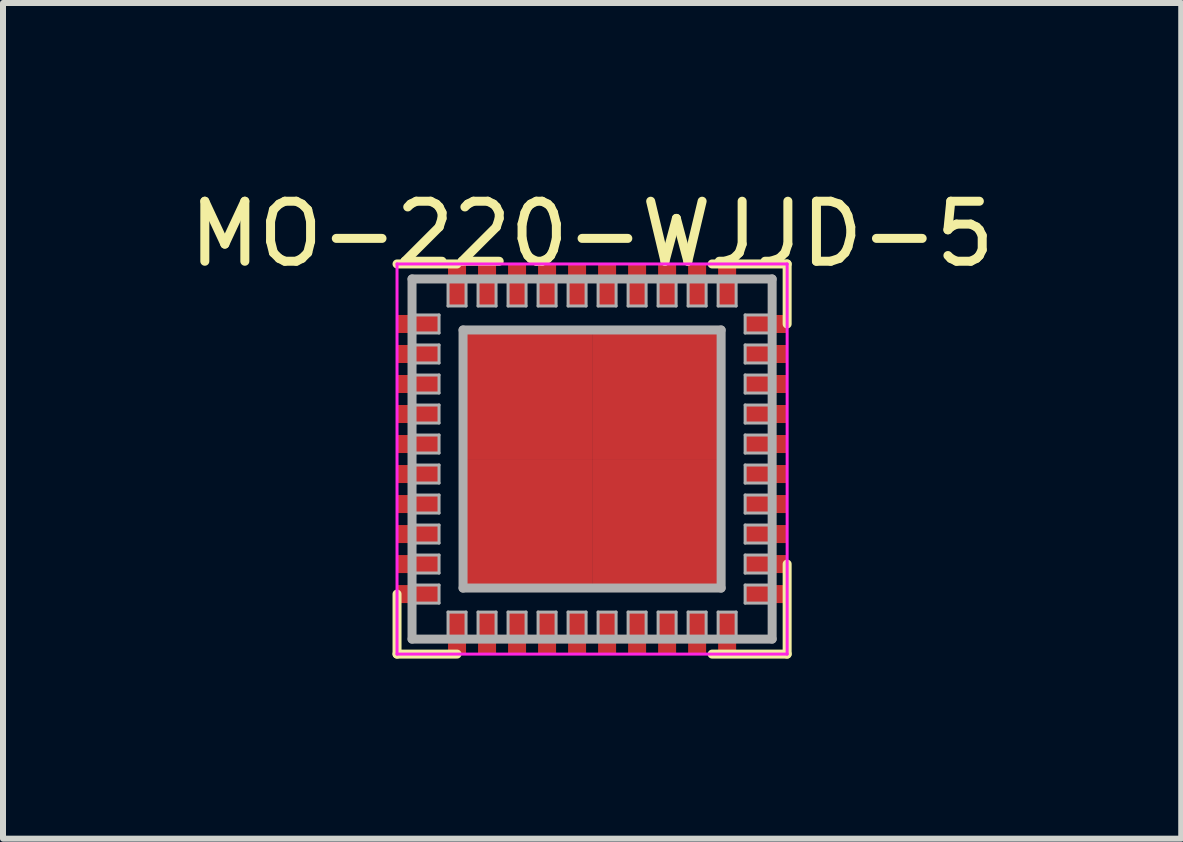
<source format=kicad_pcb>
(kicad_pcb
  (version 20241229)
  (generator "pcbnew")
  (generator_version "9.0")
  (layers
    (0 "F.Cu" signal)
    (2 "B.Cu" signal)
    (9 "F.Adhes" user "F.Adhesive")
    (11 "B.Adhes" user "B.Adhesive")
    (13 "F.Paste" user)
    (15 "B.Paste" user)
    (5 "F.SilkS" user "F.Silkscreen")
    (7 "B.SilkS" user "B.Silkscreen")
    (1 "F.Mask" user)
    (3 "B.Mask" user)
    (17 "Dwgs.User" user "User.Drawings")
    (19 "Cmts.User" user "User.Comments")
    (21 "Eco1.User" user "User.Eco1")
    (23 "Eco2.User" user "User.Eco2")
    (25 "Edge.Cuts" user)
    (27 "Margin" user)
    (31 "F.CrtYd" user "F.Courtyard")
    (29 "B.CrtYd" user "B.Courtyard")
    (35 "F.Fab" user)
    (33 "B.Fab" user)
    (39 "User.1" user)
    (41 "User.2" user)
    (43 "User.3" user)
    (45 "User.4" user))
  (footprint "MO-220-WJJD-5"
    (layer "F.Cu")
    (at 6.815 4.598)
    (property "Reference" "MO-220-WJJD-5" (at 0 -3.75 0) (layer "F.SilkS") (effects (font (size 1 1) (thickness 0.15))))
    (attr smd)
    (fp_line (start -3.25 -3.25) (end -2.25 -3.25) (stroke (width 0.15) (type solid)) (layer "F.SilkS"))
    (fp_line (start -3.25 3.25) (end -3.25 2.25) (stroke (width 0.15) (type solid)) (layer "F.SilkS"))
    (fp_line (start -3.25 3.25) (end -2.25 3.25) (stroke (width 0.15) (type solid)) (layer "F.SilkS"))
    (fp_line (start 3.25 -3.25) (end 2 -3.25) (stroke (width 0.15) (type solid)) (layer "F.SilkS"))
    (fp_line (start 3.25 -3.25) (end 3.25 -2.25) (stroke (width 0.15) (type solid)) (layer "F.SilkS"))
    (fp_line (start 3.25 3.25) (end 2 3.25) (stroke (width 0.15) (type solid)) (layer "F.SilkS"))
    (fp_line (start 3.25 3.25) (end 3.25 1.75) (stroke (width 0.15) (type solid)) (layer "F.SilkS"))
    (fp_line (start -3.25 -3.25) (end -3.25 3.25) (stroke (width 0.05) (type solid)) (layer "F.CrtYd"))
    (fp_line (start -3.25 -3.25) (end 3.25 -3.25) (stroke (width 0.05) (type solid)) (layer "F.CrtYd"))
    (fp_line (start -3.25 3.25) (end 3.25 3.25) (stroke (width 0.05) (type solid)) (layer "F.CrtYd"))
    (fp_line (start 3.25 -3.25) (end 3.25 3.25) (stroke (width 0.05) (type solid)) (layer "F.CrtYd"))
    (fp_line (start -3 -3) (end 3 -3) (stroke (width 0.15) (type solid)) (layer "F.Fab"))
    (fp_line (start -3 -2.4) (end -2.55 -2.4) (stroke (width 0.05) (type solid)) (layer "F.Fab"))
    (fp_line (start -3 -2.1) (end -2.55 -2.1) (stroke (width 0.05) (type solid)) (layer "F.Fab"))
    (fp_line (start -3 -1.9) (end -2.55 -1.9) (stroke (width 0.05) (type solid)) (layer "F.Fab"))
    (fp_line (start -3 -1.6) (end -2.55 -1.6) (stroke (width 0.05) (type solid)) (layer "F.Fab"))
    (fp_line (start -3 -1.4) (end -2.55 -1.4) (stroke (width 0.05) (type solid)) (layer "F.Fab"))
    (fp_line (start -3 -1.1) (end -2.55 -1.1) (stroke (width 0.05) (type solid)) (layer "F.Fab"))
    (fp_line (start -3 -0.9) (end -2.55 -0.9) (stroke (width 0.05) (type solid)) (layer "F.Fab"))
    (fp_line (start -3 -0.6) (end -2.55 -0.6) (stroke (width 0.05) (type solid)) (layer "F.Fab"))
    (fp_line (start -3 -0.4) (end -2.55 -0.4) (stroke (width 0.05) (type solid)) (layer "F.Fab"))
    (fp_line (start -3 -0.1) (end -2.55 -0.1) (stroke (width 0.05) (type solid)) (layer "F.Fab"))
    (fp_line (start -3 0.1) (end -2.55 0.1) (stroke (width 0.05) (type solid)) (layer "F.Fab"))
    (fp_line (start -3 0.4) (end -2.55 0.4) (stroke (width 0.05) (type solid)) (layer "F.Fab"))
    (fp_line (start -3 0.6) (end -2.55 0.6) (stroke (width 0.05) (type solid)) (layer "F.Fab"))
    (fp_line (start -3 0.9) (end -2.55 0.9) (stroke (width 0.05) (type solid)) (layer "F.Fab"))
    (fp_line (start -3 1.1) (end -2.55 1.1) (stroke (width 0.05) (type solid)) (layer "F.Fab"))
    (fp_line (start -3 1.4) (end -2.55 1.4) (stroke (width 0.05) (type solid)) (layer "F.Fab"))
    (fp_line (start -3 1.6) (end -2.55 1.6) (stroke (width 0.05) (type solid)) (layer "F.Fab"))
    (fp_line (start -3 1.9) (end -2.55 1.9) (stroke (width 0.05) (type solid)) (layer "F.Fab"))
    (fp_line (start -3 2.1) (end -2.55 2.1) (stroke (width 0.05) (type solid)) (layer "F.Fab"))
    (fp_line (start -3 2.4) (end -2.55 2.4) (stroke (width 0.05) (type solid)) (layer "F.Fab"))
    (fp_line (start -3 3) (end -3 -3) (stroke (width 0.15) (type solid)) (layer "F.Fab"))
    (fp_line (start -2.55 -2.4) (end -2.55 -2.1) (stroke (width 0.05) (type solid)) (layer "F.Fab"))
    (fp_line (start -2.55 -1.9) (end -2.55 -1.6) (stroke (width 0.05) (type solid)) (layer "F.Fab"))
    (fp_line (start -2.55 -1.4) (end -2.55 -1.1) (stroke (width 0.05) (type solid)) (layer "F.Fab"))
    (fp_line (start -2.55 -0.9) (end -2.55 -0.6) (stroke (width 0.05) (type solid)) (layer "F.Fab"))
    (fp_line (start -2.55 -0.4) (end -2.55 -0.1) (stroke (width 0.05) (type solid)) (layer "F.Fab"))
    (fp_line (start -2.55 0.1) (end -2.55 0.4) (stroke (width 0.05) (type solid)) (layer "F.Fab"))
    (fp_line (start -2.55 0.6) (end -2.55 0.9) (stroke (width 0.05) (type solid)) (layer "F.Fab"))
    (fp_line (start -2.55 1.1) (end -2.55 1.4) (stroke (width 0.05) (type solid)) (layer "F.Fab"))
    (fp_line (start -2.55 1.6) (end -2.55 1.9) (stroke (width 0.05) (type solid)) (layer "F.Fab"))
    (fp_line (start -2.55 2.1) (end -2.55 2.4) (stroke (width 0.05) (type solid)) (layer "F.Fab"))
    (fp_line (start -2.4 -2.55) (end -2.4 -3) (stroke (width 0.05) (type solid)) (layer "F.Fab"))
    (fp_line (start -2.4 -2.55) (end -2.1 -2.55) (stroke (width 0.05) (type solid)) (layer "F.Fab"))
    (fp_line (start -2.4 2.55) (end -2.1 2.55) (stroke (width 0.05) (type solid)) (layer "F.Fab"))
    (fp_line (start -2.4 3) (end -2.4 2.55) (stroke (width 0.05) (type solid)) (layer "F.Fab"))
    (fp_line (start -2.15 -2.15) (end 2.15 -2.15) (stroke (width 0.15) (type solid)) (layer "F.Fab"))
    (fp_line (start -2.15 2.15) (end -2.15 -2.15) (stroke (width 0.15) (type solid)) (layer "F.Fab"))
    (fp_line (start -2.1 -2.55) (end -2.1 -3) (stroke (width 0.05) (type solid)) (layer "F.Fab"))
    (fp_line (start -2.1 3) (end -2.1 2.55) (stroke (width 0.05) (type solid)) (layer "F.Fab"))
    (fp_line (start -1.9 -2.55) (end -1.9 -3) (stroke (width 0.05) (type solid)) (layer "F.Fab"))
    (fp_line (start -1.9 -2.55) (end -1.6 -2.55) (stroke (width 0.05) (type solid)) (layer "F.Fab"))
    (fp_line (start -1.9 2.55) (end -1.6 2.55) (stroke (width 0.05) (type solid)) (layer "F.Fab"))
    (fp_line (start -1.9 3) (end -1.9 2.55) (stroke (width 0.05) (type solid)) (layer "F.Fab"))
    (fp_line (start -1.6 -2.55) (end -1.6 -3) (stroke (width 0.05) (type solid)) (layer "F.Fab"))
    (fp_line (start -1.6 3) (end -1.6 2.55) (stroke (width 0.05) (type solid)) (layer "F.Fab"))
    (fp_line (start -1.4 -2.55) (end -1.4 -3) (stroke (width 0.05) (type solid)) (layer "F.Fab"))
    (fp_line (start -1.4 -2.55) (end -1.1 -2.55) (stroke (width 0.05) (type solid)) (layer "F.Fab"))
    (fp_line (start -1.4 2.55) (end -1.1 2.55) (stroke (width 0.05) (type solid)) (layer "F.Fab"))
    (fp_line (start -1.4 3) (end -1.4 2.55) (stroke (width 0.05) (type solid)) (layer "F.Fab"))
    (fp_line (start -1.1 -2.55) (end -1.1 -3) (stroke (width 0.05) (type solid)) (layer "F.Fab"))
    (fp_line (start -1.1 3) (end -1.1 2.55) (stroke (width 0.05) (type solid)) (layer "F.Fab"))
    (fp_line (start -0.9 -2.55) (end -0.9 -3) (stroke (width 0.05) (type solid)) (layer "F.Fab"))
    (fp_line (start -0.9 -2.55) (end -0.6 -2.55) (stroke (width 0.05) (type solid)) (layer "F.Fab"))
    (fp_line (start -0.9 2.55) (end -0.6 2.55) (stroke (width 0.05) (type solid)) (layer "F.Fab"))
    (fp_line (start -0.9 3) (end -0.9 2.55) (stroke (width 0.05) (type solid)) (layer "F.Fab"))
    (fp_line (start -0.6 -2.55) (end -0.6 -3) (stroke (width 0.05) (type solid)) (layer "F.Fab"))
    (fp_line (start -0.6 3) (end -0.6 2.55) (stroke (width 0.05) (type solid)) (layer "F.Fab"))
    (fp_line (start -0.4 -2.55) (end -0.4 -3) (stroke (width 0.05) (type solid)) (layer "F.Fab"))
    (fp_line (start -0.4 -2.55) (end -0.1 -2.55) (stroke (width 0.05) (type solid)) (layer "F.Fab"))
    (fp_line (start -0.4 2.55) (end -0.1 2.55) (stroke (width 0.05) (type solid)) (layer "F.Fab"))
    (fp_line (start -0.4 3) (end -0.4 2.55) (stroke (width 0.05) (type solid)) (layer "F.Fab"))
    (fp_line (start -0.1 -2.55) (end -0.1 -3) (stroke (width 0.05) (type solid)) (layer "F.Fab"))
    (fp_line (start -0.1 3) (end -0.1 2.55) (stroke (width 0.05) (type solid)) (layer "F.Fab"))
    (fp_line (start 0.1 -2.55) (end 0.1 -3) (stroke (width 0.05) (type solid)) (layer "F.Fab"))
    (fp_line (start 0.1 -2.55) (end 0.4 -2.55) (stroke (width 0.05) (type solid)) (layer "F.Fab"))
    (fp_line (start 0.1 2.55) (end 0.4 2.55) (stroke (width 0.05) (type solid)) (layer "F.Fab"))
    (fp_line (start 0.1 3) (end 0.1 2.55) (stroke (width 0.05) (type solid)) (layer "F.Fab"))
    (fp_line (start 0.4 -2.55) (end 0.4 -3) (stroke (width 0.05) (type solid)) (layer "F.Fab"))
    (fp_line (start 0.4 3) (end 0.4 2.55) (stroke (width 0.05) (type solid)) (layer "F.Fab"))
    (fp_line (start 0.6 -2.55) (end 0.6 -3) (stroke (width 0.05) (type solid)) (layer "F.Fab"))
    (fp_line (start 0.6 -2.55) (end 0.9 -2.55) (stroke (width 0.05) (type solid)) (layer "F.Fab"))
    (fp_line (start 0.6 2.55) (end 0.9 2.55) (stroke (width 0.05) (type solid)) (layer "F.Fab"))
    (fp_line (start 0.6 3) (end 0.6 2.55) (stroke (width 0.05) (type solid)) (layer "F.Fab"))
    (fp_line (start 0.9 -2.55) (end 0.9 -3) (stroke (width 0.05) (type solid)) (layer "F.Fab"))
    (fp_line (start 0.9 3) (end 0.9 2.55) (stroke (width 0.05) (type solid)) (layer "F.Fab"))
    (fp_line (start 1.1 -2.55) (end 1.1 -3) (stroke (width 0.05) (type solid)) (layer "F.Fab"))
    (fp_line (start 1.1 -2.55) (end 1.4 -2.55) (stroke (width 0.05) (type solid)) (layer "F.Fab"))
    (fp_line (start 1.1 2.55) (end 1.4 2.55) (stroke (width 0.05) (type solid)) (layer "F.Fab"))
    (fp_line (start 1.1 3) (end 1.1 2.55) (stroke (width 0.05) (type solid)) (layer "F.Fab"))
    (fp_line (start 1.4 -2.55) (end 1.4 -3) (stroke (width 0.05) (type solid)) (layer "F.Fab"))
    (fp_line (start 1.4 3) (end 1.4 2.55) (stroke (width 0.05) (type solid)) (layer "F.Fab"))
    (fp_line (start 1.6 -2.55) (end 1.6 -3) (stroke (width 0.05) (type solid)) (layer "F.Fab"))
    (fp_line (start 1.6 -2.55) (end 1.9 -2.55) (stroke (width 0.05) (type solid)) (layer "F.Fab"))
    (fp_line (start 1.6 2.55) (end 1.9 2.55) (stroke (width 0.05) (type solid)) (layer "F.Fab"))
    (fp_line (start 1.6 3) (end 1.6 2.55) (stroke (width 0.05) (type solid)) (layer "F.Fab"))
    (fp_line (start 1.9 -2.55) (end 1.9 -3) (stroke (width 0.05) (type solid)) (layer "F.Fab"))
    (fp_line (start 1.9 3) (end 1.9 2.55) (stroke (width 0.05) (type solid)) (layer "F.Fab"))
    (fp_line (start 2.1 -2.55) (end 2.1 -3) (stroke (width 0.05) (type solid)) (layer "F.Fab"))
    (fp_line (start 2.1 -2.55) (end 2.4 -2.55) (stroke (width 0.05) (type solid)) (layer "F.Fab"))
    (fp_line (start 2.1 2.55) (end 2.4 2.55) (stroke (width 0.05) (type solid)) (layer "F.Fab"))
    (fp_line (start 2.1 3) (end 2.1 2.55) (stroke (width 0.05) (type solid)) (layer "F.Fab"))
    (fp_line (start 2.15 -2.15) (end 2.15 2.15) (stroke (width 0.15) (type solid)) (layer "F.Fab"))
    (fp_line (start 2.15 2.15) (end -2.15 2.15) (stroke (width 0.15) (type solid)) (layer "F.Fab"))
    (fp_line (start 2.4 -2.55) (end 2.4 -3) (stroke (width 0.05) (type solid)) (layer "F.Fab"))
    (fp_line (start 2.4 3) (end 2.4 2.55) (stroke (width 0.05) (type solid)) (layer "F.Fab"))
    (fp_line (start 2.55 -2.4) (end 2.55 -2.1) (stroke (width 0.05) (type solid)) (layer "F.Fab"))
    (fp_line (start 2.55 -2.4) (end 3 -2.4) (stroke (width 0.05) (type solid)) (layer "F.Fab"))
    (fp_line (start 2.55 -2.1) (end 3 -2.1) (stroke (width 0.05) (type solid)) (layer "F.Fab"))
    (fp_line (start 2.55 -1.9) (end 2.55 -1.6) (stroke (width 0.05) (type solid)) (layer "F.Fab"))
    (fp_line (start 2.55 -1.9) (end 3 -1.9) (stroke (width 0.05) (type solid)) (layer "F.Fab"))
    (fp_line (start 2.55 -1.6) (end 3 -1.6) (stroke (width 0.05) (type solid)) (layer "F.Fab"))
    (fp_line (start 2.55 -1.4) (end 2.55 -1.1) (stroke (width 0.05) (type solid)) (layer "F.Fab"))
    (fp_line (start 2.55 -1.4) (end 3 -1.4) (stroke (width 0.05) (type solid)) (layer "F.Fab"))
    (fp_line (start 2.55 -1.1) (end 3 -1.1) (stroke (width 0.05) (type solid)) (layer "F.Fab"))
    (fp_line (start 2.55 -0.9) (end 2.55 -0.6) (stroke (width 0.05) (type solid)) (layer "F.Fab"))
    (fp_line (start 2.55 -0.9) (end 3 -0.9) (stroke (width 0.05) (type solid)) (layer "F.Fab"))
    (fp_line (start 2.55 -0.6) (end 3 -0.6) (stroke (width 0.05) (type solid)) (layer "F.Fab"))
    (fp_line (start 2.55 -0.4) (end 2.55 -0.1) (stroke (width 0.05) (type solid)) (layer "F.Fab"))
    (fp_line (start 2.55 -0.4) (end 3 -0.4) (stroke (width 0.05) (type solid)) (layer "F.Fab"))
    (fp_line (start 2.55 -0.1) (end 3 -0.1) (stroke (width 0.05) (type solid)) (layer "F.Fab"))
    (fp_line (start 2.55 0.1) (end 2.55 0.4) (stroke (width 0.05) (type solid)) (layer "F.Fab"))
    (fp_line (start 2.55 0.1) (end 3 0.1) (stroke (width 0.05) (type solid)) (layer "F.Fab"))
    (fp_line (start 2.55 0.4) (end 3 0.4) (stroke (width 0.05) (type solid)) (layer "F.Fab"))
    (fp_line (start 2.55 0.6) (end 2.55 0.9) (stroke (width 0.05) (type solid)) (layer "F.Fab"))
    (fp_line (start 2.55 0.6) (end 3 0.6) (stroke (width 0.05) (type solid)) (layer "F.Fab"))
    (fp_line (start 2.55 0.9) (end 3 0.9) (stroke (width 0.05) (type solid)) (layer "F.Fab"))
    (fp_line (start 2.55 1.1) (end 2.55 1.4) (stroke (width 0.05) (type solid)) (layer "F.Fab"))
    (fp_line (start 2.55 1.1) (end 3 1.1) (stroke (width 0.05) (type solid)) (layer "F.Fab"))
    (fp_line (start 2.55 1.4) (end 3 1.4) (stroke (width 0.05) (type solid)) (layer "F.Fab"))
    (fp_line (start 2.55 1.6) (end 2.55 1.9) (stroke (width 0.05) (type solid)) (layer "F.Fab"))
    (fp_line (start 2.55 1.6) (end 3 1.6) (stroke (width 0.05) (type solid)) (layer "F.Fab"))
    (fp_line (start 2.55 1.9) (end 3 1.9) (stroke (width 0.05) (type solid)) (layer "F.Fab"))
    (fp_line (start 2.55 2.1) (end 2.55 2.4) (stroke (width 0.05) (type solid)) (layer "F.Fab"))
    (fp_line (start 2.55 2.1) (end 3 2.1) (stroke (width 0.05) (type solid)) (layer "F.Fab"))
    (fp_line (start 2.55 2.4) (end 3 2.4) (stroke (width 0.05) (type solid)) (layer "F.Fab"))
    (fp_line (start 3 -3) (end 3 3) (stroke (width 0.15) (type solid)) (layer "F.Fab"))
    (fp_line (start 3 3) (end -3 3) (stroke (width 0.15) (type solid)) (layer "F.Fab"))
    (pad "1" smd rect (at -2.9 -2.25) (size 0.7 0.3) (layers "F.Cu" "F.Mask" "F.Paste"))
    (pad "2" smd rect (at -2.9 -1.75) (size 0.7 0.3) (layers "F.Cu" "F.Mask" "F.Paste"))
    (pad "3" smd rect (at -2.9 -1.25) (size 0.7 0.3) (layers "F.Cu" "F.Mask" "F.Paste"))
    (pad "4" smd rect (at -2.9 -0.75) (size 0.7 0.3) (layers "F.Cu" "F.Mask" "F.Paste"))
    (pad "5" smd rect (at -2.9 -0.25) (size 0.7 0.3) (layers "F.Cu" "F.Mask" "F.Paste"))
    (pad "6" smd rect (at -2.9 0.25) (size 0.7 0.3) (layers "F.Cu" "F.Mask" "F.Paste"))
    (pad "7" smd rect (at -2.9 0.75) (size 0.7 0.3) (layers "F.Cu" "F.Mask" "F.Paste"))
    (pad "8" smd rect (at -2.9 1.25) (size 0.7 0.3) (layers "F.Cu" "F.Mask" "F.Paste"))
    (pad "9" smd rect (at -2.9 1.75) (size 0.7 0.3) (layers "F.Cu" "F.Mask" "F.Paste"))
    (pad "10" smd rect (at -2.9 2.25) (size 0.7 0.3) (layers "F.Cu" "F.Mask" "F.Paste"))
    (pad "11" smd rect (at -2.25 2.9) (size 0.3 0.7) (layers "F.Cu" "F.Mask" "F.Paste"))
    (pad "12" smd rect (at -1.75 2.9) (size 0.3 0.7) (layers "F.Cu" "F.Mask" "F.Paste"))
    (pad "13" smd rect (at -1.25 2.9) (size 0.3 0.7) (layers "F.Cu" "F.Mask" "F.Paste"))
    (pad "14" smd rect (at -0.75 2.9) (size 0.3 0.7) (layers "F.Cu" "F.Mask" "F.Paste"))
    (pad "15" smd rect (at -0.25 2.9) (size 0.3 0.7) (layers "F.Cu" "F.Mask" "F.Paste"))
    (pad "16" smd rect (at 0.25 2.9) (size 0.3 0.7) (layers "F.Cu" "F.Mask" "F.Paste"))
    (pad "17" smd rect (at 0.75 2.9) (size 0.3 0.7) (layers "F.Cu" "F.Mask" "F.Paste"))
    (pad "18" smd rect (at 1.25 2.9) (size 0.3 0.7) (layers "F.Cu" "F.Mask" "F.Paste"))
    (pad "19" smd rect (at 1.75 2.9) (size 0.3 0.7) (layers "F.Cu" "F.Mask" "F.Paste"))
    (pad "20" smd rect (at 2.25 2.9) (size 0.3 0.7) (layers "F.Cu" "F.Mask" "F.Paste"))
    (pad "21" smd rect (at 2.9 2.25) (size 0.7 0.3) (layers "F.Cu" "F.Mask" "F.Paste"))
    (pad "22" smd rect (at 2.9 1.75) (size 0.7 0.3) (layers "F.Cu" "F.Mask" "F.Paste"))
    (pad "23" smd rect (at 2.9 1.25) (size 0.7 0.3) (layers "F.Cu" "F.Mask" "F.Paste"))
    (pad "24" smd rect (at 2.9 0.75) (size 0.7 0.3) (layers "F.Cu" "F.Mask" "F.Paste"))
    (pad "25" smd rect (at 2.9 0.25) (size 0.7 0.3) (layers "F.Cu" "F.Mask" "F.Paste"))
    (pad "26" smd rect (at 2.9 -0.25) (size 0.7 0.3) (layers "F.Cu" "F.Mask" "F.Paste"))
    (pad "27" smd rect (at 2.9 -0.75) (size 0.7 0.3) (layers "F.Cu" "F.Mask" "F.Paste"))
    (pad "28" smd rect (at 2.9 -1.25) (size 0.7 0.3) (layers "F.Cu" "F.Mask" "F.Paste"))
    (pad "29" smd rect (at 2.9 -1.75) (size 0.7 0.3) (layers "F.Cu" "F.Mask" "F.Paste"))
    (pad "30" smd rect (at 2.9 -2.25) (size 0.7 0.3) (layers "F.Cu" "F.Mask" "F.Paste"))
    (pad "31" smd rect (at 2.25 -2.9) (size 0.3 0.7) (layers "F.Cu" "F.Mask" "F.Paste"))
    (pad "32" smd rect (at 1.75 -2.9) (size 0.3 0.7) (layers "F.Cu" "F.Mask" "F.Paste"))
    (pad "33" smd rect (at 1.25 -2.9) (size 0.3 0.7) (layers "F.Cu" "F.Mask" "F.Paste"))
    (pad "34" smd rect (at 0.75 -2.9) (size 0.3 0.7) (layers "F.Cu" "F.Mask" "F.Paste"))
    (pad "35" smd rect (at 0.25 -2.9) (size 0.3 0.7) (layers "F.Cu" "F.Mask" "F.Paste"))
    (pad "36" smd rect (at -0.25 -2.9) (size 0.3 0.7) (layers "F.Cu" "F.Mask" "F.Paste"))
    (pad "37" smd rect (at -0.75 -2.9) (size 0.3 0.7) (layers "F.Cu" "F.Mask" "F.Paste"))
    (pad "38" smd rect (at -1.25 -2.9) (size 0.3 0.7) (layers "F.Cu" "F.Mask" "F.Paste"))
    (pad "39" smd rect (at -1.75 -2.9) (size 0.3 0.7) (layers "F.Cu" "F.Mask" "F.Paste"))
    (pad "40" smd rect (at -2.25 -2.9) (size 0.3 0.7) (layers "F.Cu" "F.Mask" "F.Paste"))
    (pad "41" smd rect (at -1.075 -1.075) (size 2.15 2.15) (layers "F.Cu" "F.Mask" "F.Paste"))
    (pad "41" smd rect (at -1.075 1.075) (size 2.15 2.15) (layers "F.Cu" "F.Mask" "F.Paste"))
    (pad "41" smd rect (at 1.075 -1.075) (size 2.15 2.15) (layers "F.Cu" "F.Mask" "F.Paste"))
    (pad "41" smd rect (at 1.075 1.075) (size 2.15 2.15) (layers "F.Cu" "F.Mask" "F.Paste")))
  (gr_rect
    (start -3 -3)
    (end 16.631 10.923)
    (stroke (width 0.1) (type default))
    (fill no)
    (layer "Edge.Cuts")))
</source>
